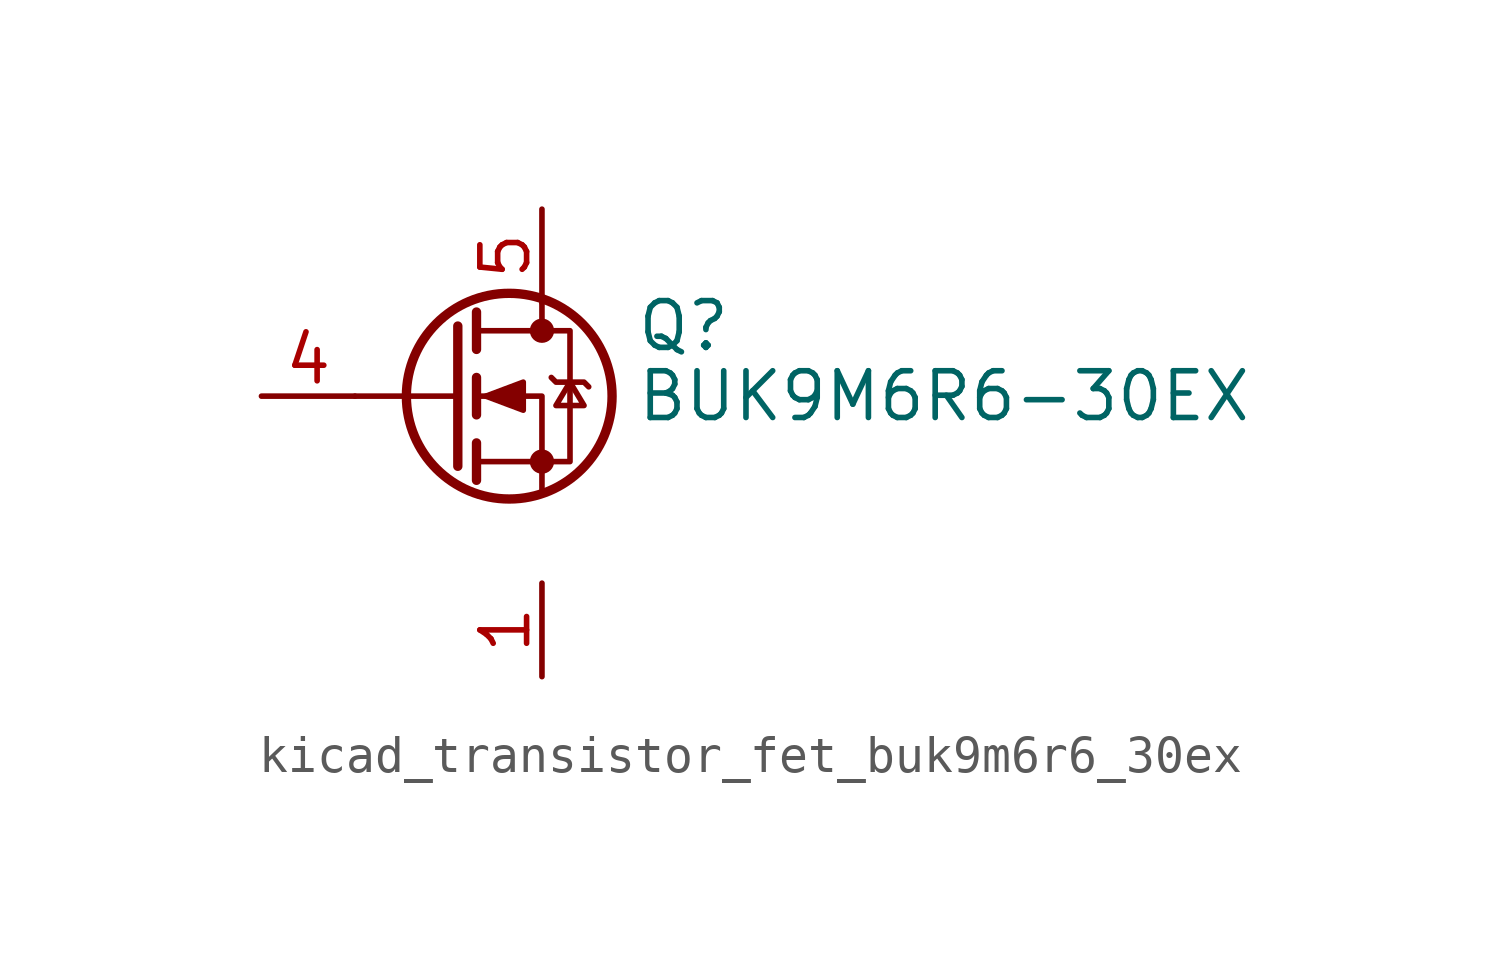
<source format=kicad_sym>
(kicad_symbol_lib
  (version 20220914)
  (generator kicad_symbol_editor)
  (symbol "kicad_transistor_fet_buk9m6r6_30ex"
    (pin_names hide)
    (property "Reference" "Q"
      (at 5.08 1.905 0)
      (effects (font (size 1.27 1.27)) (justify left)))
    (property "Value" "BUK9M6R6-30EX"
      (at 5.08 0 0)
      (effects (font (size 1.27 1.27)) (justify left)))
    (symbol "kicad_transistor_fet_buk9m6r6_30ex_0_1"
      (polyline (pts (xy 0.254 0) (xy -2.54 0)) (stroke (width 0) (type default)) (fill (type none)))
      (polyline (pts (xy 0.254 1.905) (xy 0.254 -1.905)) (stroke (width 0.254) (type default)) (fill (type none)))
      (polyline (pts (xy 0.762 -1.27) (xy 0.762 -2.286)) (stroke (width 0.254) (type default)) (fill (type none)))
      (polyline (pts (xy 0.762 0.508) (xy 0.762 -0.508)) (stroke (width 0.254) (type default)) (fill (type none)))
      (polyline (pts (xy 0.762 2.286) (xy 0.762 1.27)) (stroke (width 0.254) (type default)) (fill (type none)))
      (polyline (pts (xy 2.54 2.54) (xy 2.54 1.778)) (stroke (width 0) (type default)) (fill (type none)))
      (polyline (pts (xy 2.54 -2.54) (xy 2.54 0) (xy 0.762 0)) (stroke (width 0) (type default)) (fill (type none)))
      (polyline (pts (xy 0.762 -1.778) (xy 3.302 -1.778) (xy 3.302 1.778) (xy 0.762 1.778)) (stroke (width 0) (type default)) (fill (type none)))
      (polyline (pts (xy 1.016 0) (xy 2.032 0.381) (xy 2.032 -0.381) (xy 1.016 0)) (stroke (width 0) (type default)) (fill (type outline)))
      (polyline (pts (xy 2.794 0.508) (xy 2.921 0.381) (xy 3.683 0.381) (xy 3.81 0.254)) (stroke (width 0) (type default)) (fill (type none)))
      (polyline (pts (xy 3.302 0.381) (xy 2.921 -0.254) (xy 3.683 -0.254) (xy 3.302 0.381)) (stroke (width 0) (type default)) (fill (type none)))
      (circle (center 1.651 0) (radius 2.794) (stroke (width 0.254) (type default)) (fill (type none)))
      (circle (center 2.54 -1.778) (radius 0.254) (stroke (width 0) (type default)) (fill (type outline)))
      (circle (center 2.54 1.778) (radius 0.254) (stroke (width 0) (type default)) (fill (type outline))))
    (symbol "kicad_transistor_fet_buk9m6r6_30ex_1_1"
      (pin passive line (at 2.54 -5.08 270) (length 2.54) (name "S" (effects (font (size 1.27 1.27)))) (number "1" (effects (font (size 1.27 1.27)))))
      (pin passive line (at 2.54 -5.08 270) (length 2.54) hide (name "S" (effects (font (size 1.27 1.27)))) (number "2" (effects (font (size 1.27 1.27)))))
      (pin passive line (at 2.54 -5.08 90) (length 2.54) hide (name "S" (effects (font (size 1.27 1.27)))) (number "3" (effects (font (size 1.27 1.27)))))
      (pin passive line (at -5.08 0 0) (length 2.54) (name "G" (effects (font (size 1.27 1.27)))) (number "4" (effects (font (size 1.27 1.27)))))
      (pin passive line (at 2.54 5.08 270) (length 2.54) (name "D" (effects (font (size 1.27 1.27)))) (number "5" (effects (font (size 1.27 1.27))))))))
</source>
